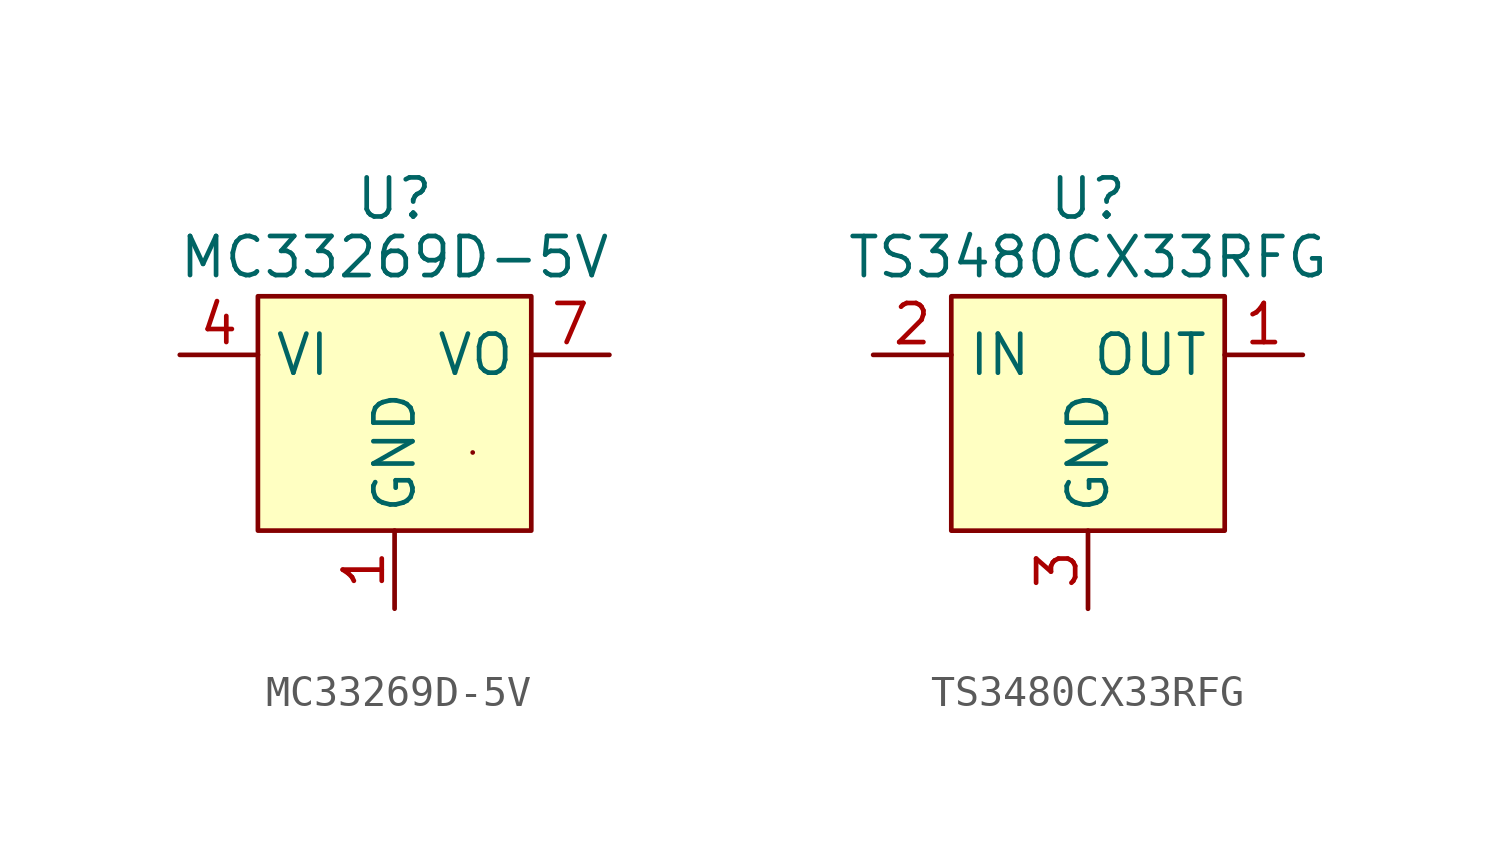
<source format=kicad_sym>
(kicad_symbol_lib
  (version 20211014)
  (generator kicad_symbol_editor)
  (symbol "MC33269D-5V"
    (property "Reference" "U"
      (at 0 1.27 0)
      (effects (font (size 1.27 1.27))))
    (property "Value" "MC33269D-5V"
      (at 0 -0.635 0)
      (effects (font (size 1.27 1.27))))
    (symbol "MC33269D-5V_0_1"
      (rectangle (start -4.445 -1.905) (end 4.445 -9.525) (stroke (width 0.152) (type default) (color 0 0 0 0)) (fill (type background)))
      (rectangle (start 2.54 -6.985) (end 2.54 -6.985) (stroke (width 0.152) (type default) (color 0 0 0 0)) (fill (type none))))
    (symbol "MC33269D-5V_1_1"
      (pin power_in line (at 0 -12.065 90) (length 2.54) (name "GND" (effects (font (size 1.27 1.27)))) (number "1" (effects (font (size 1.27 1.27)))))
      (pin passive line (at 6.985 -3.81 180) (length 2.54) hide (name "VO" (effects (font (size 1.27 1.27)))) (number "2" (effects (font (size 1.27 1.27)))))
      (pin passive line (at 6.985 -3.81 180) (length 2.54) hide (name "VO" (effects (font (size 1.27 1.27)))) (number "3" (effects (font (size 1.27 1.27)))))
      (pin input line (at -6.985 -3.81 0) (length 2.54) (name "VI" (effects (font (size 1.27 1.27)))) (number "4" (effects (font (size 1.27 1.27)))))
      (pin no_connect line (at -6.985 -8.255 0) (length 2.54) hide (name "NC" (effects (font (size 1.27 1.27)))) (number "5" (effects (font (size 1.27 1.27)))))
      (pin passive line (at 6.985 -3.81 180) (length 2.54) hide (name "VO" (effects (font (size 1.27 1.27)))) (number "6" (effects (font (size 1.27 1.27)))))
      (pin power_out line (at 6.985 -3.81 180) (length 2.54) (name "VO" (effects (font (size 1.27 1.27)))) (number "7" (effects (font (size 1.27 1.27)))))
      (pin no_connect line (at 7.62 -8.255 180) (length 2.54) hide (name "NC" (effects (font (size 1.27 1.27)))) (number "8" (effects (font (size 1.27 1.27)))))))
  (symbol "TS3480CX33RFG"
    (property "Reference" "U"
      (at 0 5.715 0)
      (effects (font (size 1.27 1.27))))
    (property "Value" "TS3480CX33RFG"
      (at 0 3.81 0)
      (effects (font (size 1.27 1.27))))
    (symbol "TS3480CX33RFG_0_1"
      (rectangle (start -4.445 2.54) (end 4.445 -5.08) (stroke (width 0.152) (type default) (color 0 0 0 0)) (fill (type background))))
    (symbol "TS3480CX33RFG_1_1"
      (pin power_out line (at 6.985 0.635 180) (length 2.54) (name "OUT" (effects (font (size 1.27 1.27)))) (number "1" (effects (font (size 1.27 1.27)))))
      (pin power_in line (at -6.985 0.635 0) (length 2.54) (name "IN" (effects (font (size 1.27 1.27)))) (number "2" (effects (font (size 1.27 1.27)))))
      (pin power_in line (at 0 -7.62 90) (length 2.54) (name "GND" (effects (font (size 1.27 1.27)))) (number "3" (effects (font (size 1.27 1.27))))))))
</source>
